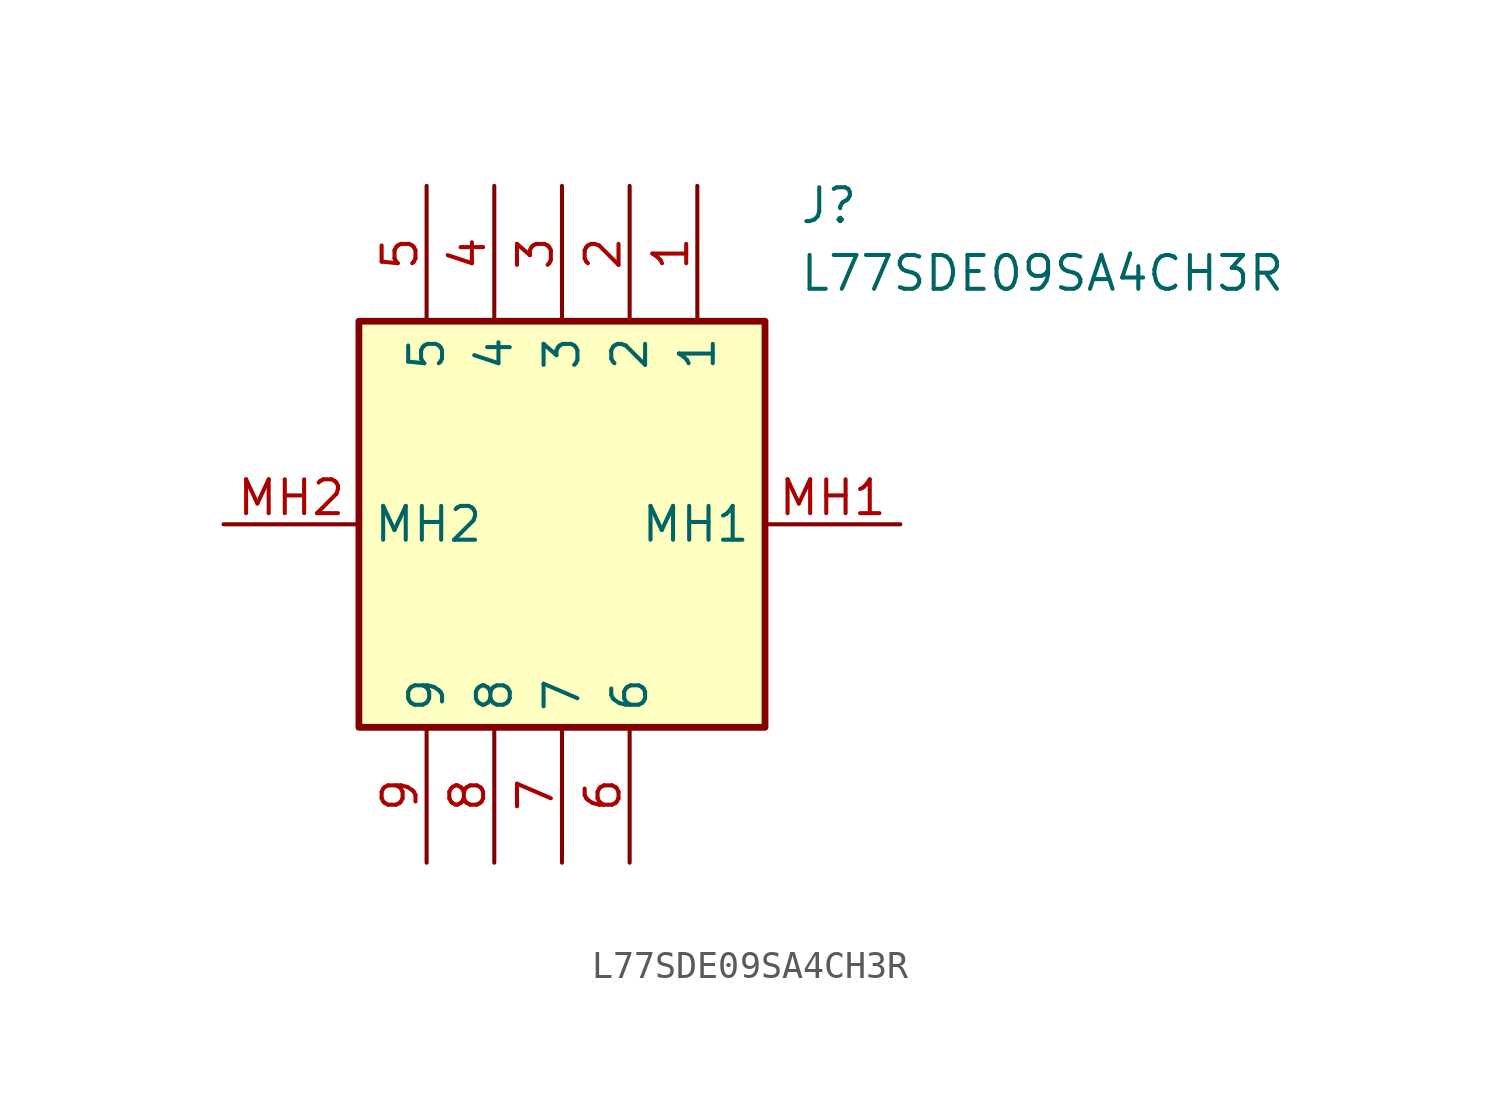
<source format=kicad_sym>
(kicad_symbol_lib
  (version 20211014)
  (generator SamacSys_ECAD_Model)
  (symbol "L77SDE09SA4CH3R"
    (property "Reference" "J"
      (at 21.59 12.7 0)
      (effects (font (size 1.27 1.27)) (justify left top)))
    (property "Value" "L77SDE09SA4CH3R"
      (at 21.59 10.16 0)
      (effects (font (size 1.27 1.27)) (justify left top)))
    (rectangle
      (start 5.08 7.62)
      (end 20.32 -7.62)
      (stroke (width 0.254) (type default))
      (fill (type background)))
    (pin passive line
      (at 17.78 12.7 270)
      (length 5.08)
      (name "1" (effects (font (size 1.27 1.27))))
      (number "1" (effects (font (size 1.27 1.27)))))
    (pin passive line
      (at 15.24 12.7 270)
      (length 5.08)
      (name "2" (effects (font (size 1.27 1.27))))
      (number "2" (effects (font (size 1.27 1.27)))))
    (pin passive line
      (at 12.7 12.7 270)
      (length 5.08)
      (name "3" (effects (font (size 1.27 1.27))))
      (number "3" (effects (font (size 1.27 1.27)))))
    (pin passive line
      (at 10.16 12.7 270)
      (length 5.08)
      (name "4" (effects (font (size 1.27 1.27))))
      (number "4" (effects (font (size 1.27 1.27)))))
    (pin passive line
      (at 7.62 12.7 270)
      (length 5.08)
      (name "5" (effects (font (size 1.27 1.27))))
      (number "5" (effects (font (size 1.27 1.27)))))
    (pin passive line
      (at 15.24 -12.7 90)
      (length 5.08)
      (name "6" (effects (font (size 1.27 1.27))))
      (number "6" (effects (font (size 1.27 1.27)))))
    (pin passive line
      (at 12.7 -12.7 90)
      (length 5.08)
      (name "7" (effects (font (size 1.27 1.27))))
      (number "7" (effects (font (size 1.27 1.27)))))
    (pin passive line
      (at 10.16 -12.7 90)
      (length 5.08)
      (name "8" (effects (font (size 1.27 1.27))))
      (number "8" (effects (font (size 1.27 1.27)))))
    (pin passive line
      (at 7.62 -12.7 90)
      (length 5.08)
      (name "9" (effects (font (size 1.27 1.27))))
      (number "9" (effects (font (size 1.27 1.27)))))
    (pin passive line
      (at 25.4 0 180)
      (length 5.08)
      (name "MH1" (effects (font (size 1.27 1.27))))
      (number "MH1" (effects (font (size 1.27 1.27)))))
    (pin passive line
      (at 0 0 0)
      (length 5.08)
      (name "MH2" (effects (font (size 1.27 1.27))))
      (number "MH2" (effects (font (size 1.27 1.27)))))))
</source>
